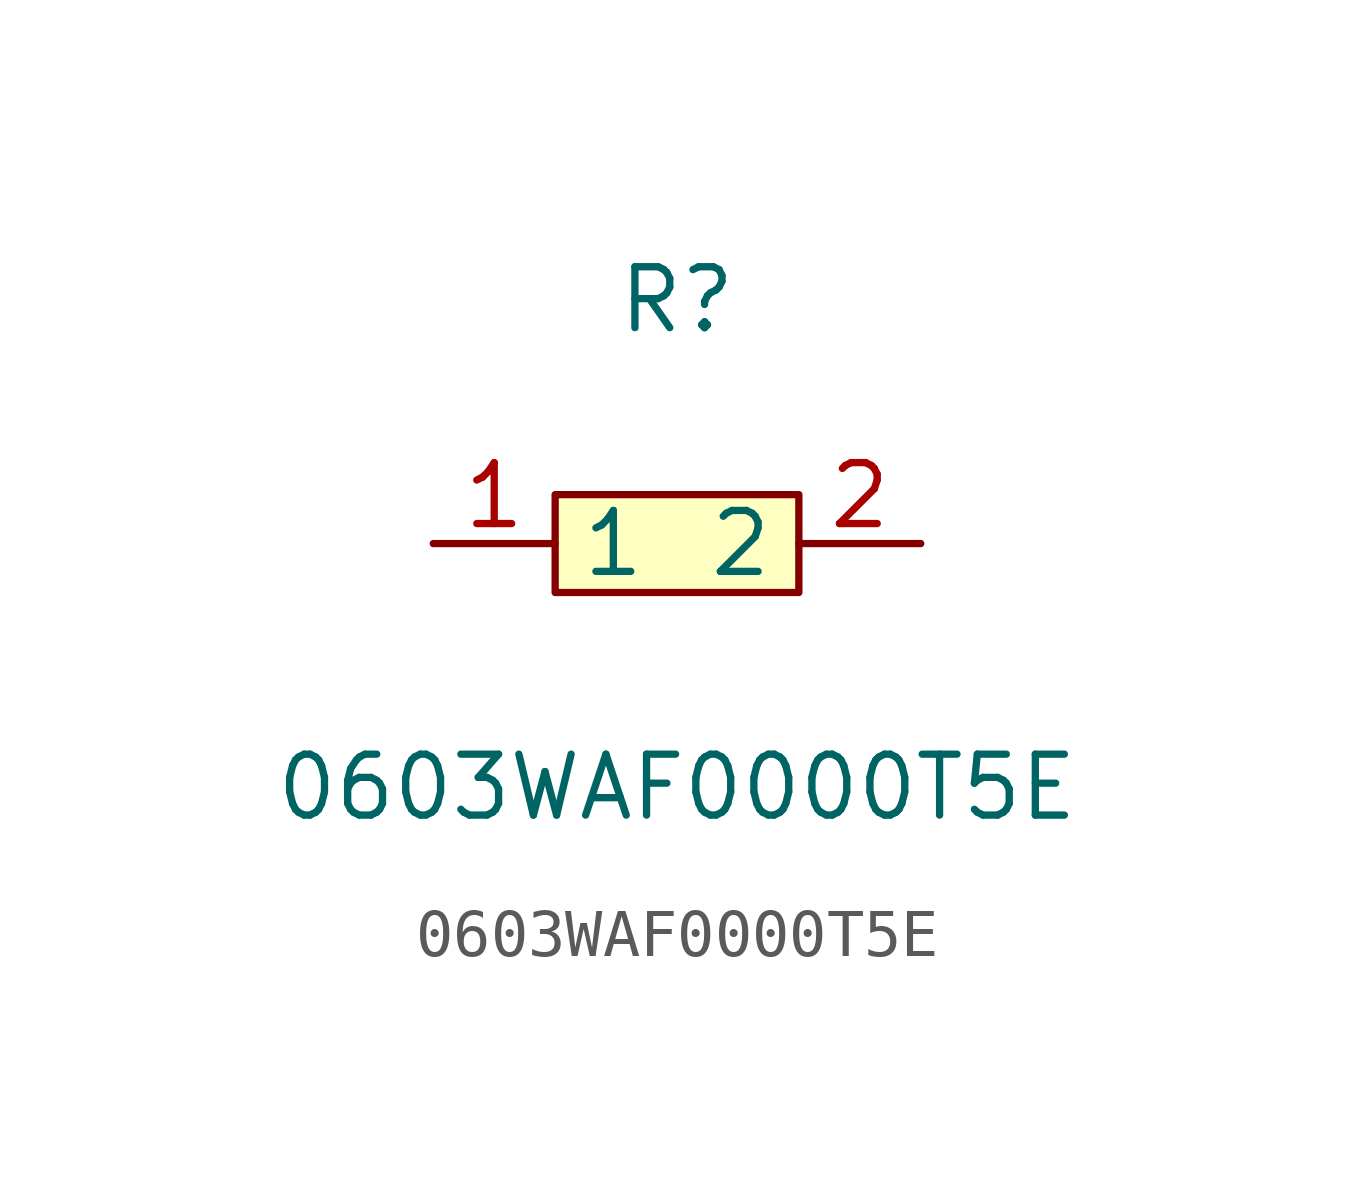
<source format=kicad_sym>
(kicad_symbol_lib
  (version 1)
  (generator "faebryk")
  (symbol "0603WAF0000T5E"
    (property "Reference" "R"
      (at 0 5.08 0)
      (effects (font (size 1.27 1.27)) (hide no)))
    (property "Value" "0603WAF0000T5E"
      (at 0 -5.08 0)
      (effects (font (size 1.27 1.27)) (hide no)))
    (symbol "0603WAF0000T5E_0_1"
      (rectangle (start -2.54 1.02) (end 2.54 -1.02) (stroke (width 0) (type default) (color 0 0 0 0)) (fill (type background)))
      (pin input line (at 5.08 0 180) (length 2.54) (name "2" (effects (font (size 1.27 1.27)) (hide no))) (number "2" (effects (font (size 1.27 1.27)) (hide no))))
      (pin input line (at -5.08 0 0) (length 2.54) (name "1" (effects (font (size 1.27 1.27)) (hide no))) (number "1" (effects (font (size 1.27 1.27)) (hide no)))))))
</source>
